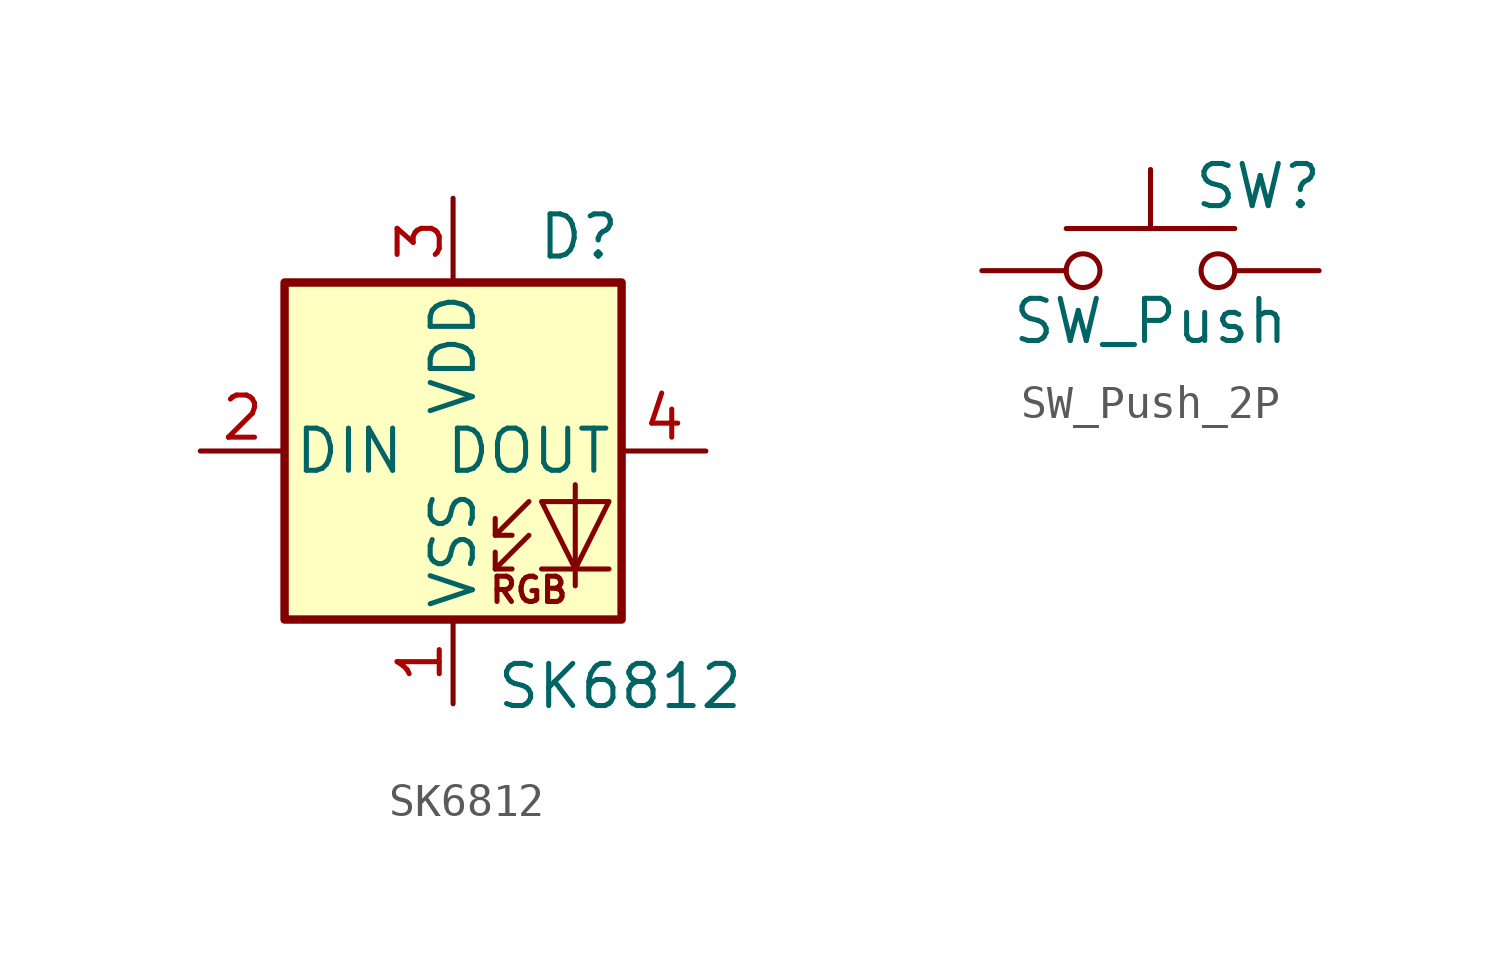
<source format=kicad_sym>
(kicad_symbol_lib
  (version 20241209)
  (generator "kicad_symbol_editor")
  (generator_version "9.0")
  (symbol "SK6812"
    (pin_names
      (offset 0.254))
    (property "Reference" "D"
      (at 5.08 5.715 0)
      (effects (font (size 1.27 1.27)) (justify right bottom)))
    (property "Value" "SK6812"
      (at 1.27 -6.35 0)
      (effects (font (size 1.27 1.27)) (justify left top)))
    (symbol "SK6812_0_0"
      (text "RGB" (at 2.286 -4.191 0) (effects (font (size 0.762 0.762)))))
    (symbol "SK6812_0_1"
      (polyline (pts (xy 1.27 -2.54) (xy 1.778 -2.54)) (stroke (width 0) (type default)) (fill (type none)))
      (polyline (pts (xy 1.27 -3.556) (xy 1.778 -3.556)) (stroke (width 0) (type default)) (fill (type none)))
      (polyline (pts (xy 2.286 -1.524) (xy 1.27 -2.54) (xy 1.27 -2.032)) (stroke (width 0) (type default)) (fill (type none)))
      (polyline (pts (xy 2.286 -2.54) (xy 1.27 -3.556) (xy 1.27 -3.048)) (stroke (width 0) (type default)) (fill (type none)))
      (polyline (pts (xy 3.683 -1.016) (xy 3.683 -3.556) (xy 3.683 -4.064)) (stroke (width 0) (type default)) (fill (type none)))
      (polyline (pts (xy 4.699 -1.524) (xy 2.667 -1.524) (xy 3.683 -3.556) (xy 4.699 -1.524)) (stroke (width 0) (type default)) (fill (type none)))
      (polyline (pts (xy 4.699 -3.556) (xy 2.667 -3.556)) (stroke (width 0) (type default)) (fill (type none)))
      (rectangle (start 5.08 5.08) (end -5.08 -5.08) (stroke (width 0.254) (type default)) (fill (type background))))
    (symbol "SK6812_1_1"
      (pin input line (at -7.62 0 0) (length 2.54) (name "DIN" (effects (font (size 1.27 1.27)))) (number "2" (effects (font (size 1.27 1.27)))))
      (pin power_in line (at 0 7.62 270) (length 2.54) (name "VDD" (effects (font (size 1.27 1.27)))) (number "3" (effects (font (size 1.27 1.27)))))
      (pin power_in line (at 0 -7.62 90) (length 2.54) (name "VSS" (effects (font (size 1.27 1.27)))) (number "1" (effects (font (size 1.27 1.27)))))
      (pin output line (at 7.62 0 180) (length 2.54) (name "DOUT" (effects (font (size 1.27 1.27)))) (number "4" (effects (font (size 1.27 1.27)))))))
  (symbol "SW_Push_2P"
    (pin_numbers
      (hide yes))
    (pin_names
      (offset 1.016)
      (hide yes))
    (property "Reference" "SW"
      (at 1.27 2.54 0)
      (effects (font (size 1.27 1.27)) (justify left)))
    (property "Value" "SW_Push"
      (at 0 -1.524 0)
      (effects (font (size 1.27 1.27))))
    (symbol "SW_Push_2P_0_1"
      (circle (center -2.032 0) (radius 0.508) (stroke (width 0) (type default)) (fill (type none)))
      (polyline (pts (xy 0 1.27) (xy 0 3.048)) (stroke (width 0) (type default)) (fill (type none)))
      (circle (center 2.032 0) (radius 0.508) (stroke (width 0) (type default)) (fill (type none)))
      (polyline (pts (xy 2.54 1.27) (xy -2.54 1.27)) (stroke (width 0) (type default)) (fill (type none)))
      (pin passive line (at -5.08 0 0) (length 2.54) (name "1" (effects (font (size 1.27 1.27)))) (number "1" (effects (font (size 1.27 1.27)))))
      (pin passive line (at 5.08 0 180) (length 2.54) (name "2" (effects (font (size 1.27 1.27)))) (number "2" (effects (font (size 1.27 1.27))))))))
</source>
